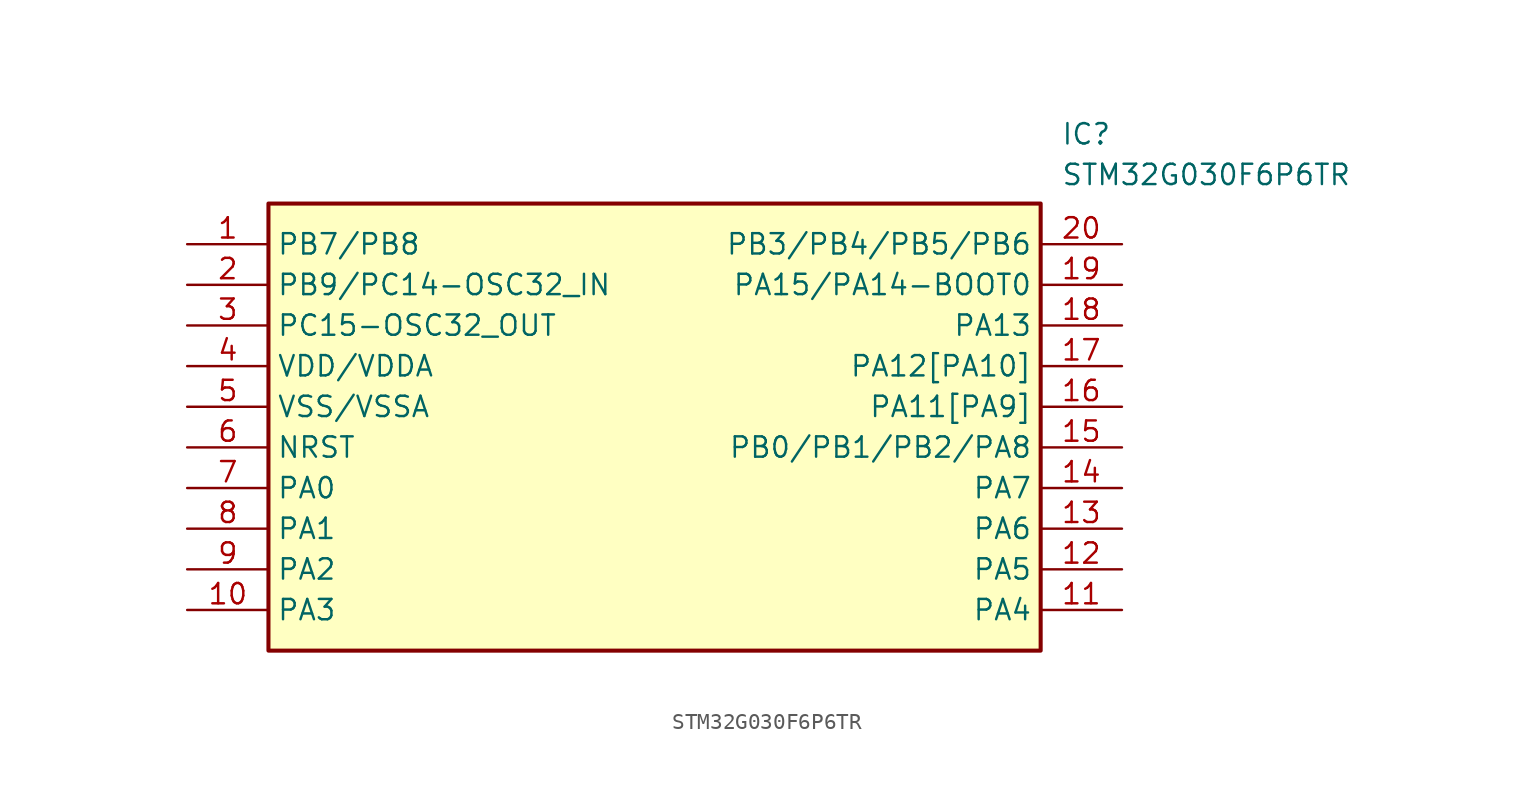
<source format=kicad_sym>
(kicad_symbol_lib
  (version 20211014)
  (generator SamacSys_ECAD_Model)
  (symbol "STM32G030F6P6TR"
    (property "Reference" "IC"
      (at 54.61 7.62 0)
      (effects (font (size 1.27 1.27)) (justify left top)))
    (property "Value" "STM32G030F6P6TR"
      (at 54.61 5.08 0)
      (effects (font (size 1.27 1.27)) (justify left top)))
    (rectangle
      (start 5.08 2.54)
      (end 53.34 -25.4)
      (stroke (width 0.254) (type default))
      (fill (type background)))
    (pin passive line
      (at 0 0 0)
      (length 5.08)
      (name "PB7/PB8" (effects (font (size 1.27 1.27))))
      (number "1" (effects (font (size 1.27 1.27)))))
    (pin passive line
      (at 0 -2.54 0)
      (length 5.08)
      (name "PB9/PC14-OSC32_IN" (effects (font (size 1.27 1.27))))
      (number "2" (effects (font (size 1.27 1.27)))))
    (pin passive line
      (at 0 -5.08 0)
      (length 5.08)
      (name "PC15-OSC32_OUT" (effects (font (size 1.27 1.27))))
      (number "3" (effects (font (size 1.27 1.27)))))
    (pin passive line
      (at 0 -7.62 0)
      (length 5.08)
      (name "VDD/VDDA" (effects (font (size 1.27 1.27))))
      (number "4" (effects (font (size 1.27 1.27)))))
    (pin passive line
      (at 0 -10.16 0)
      (length 5.08)
      (name "VSS/VSSA" (effects (font (size 1.27 1.27))))
      (number "5" (effects (font (size 1.27 1.27)))))
    (pin passive line
      (at 0 -12.7 0)
      (length 5.08)
      (name "NRST" (effects (font (size 1.27 1.27))))
      (number "6" (effects (font (size 1.27 1.27)))))
    (pin passive line
      (at 0 -15.24 0)
      (length 5.08)
      (name "PA0" (effects (font (size 1.27 1.27))))
      (number "7" (effects (font (size 1.27 1.27)))))
    (pin passive line
      (at 0 -17.78 0)
      (length 5.08)
      (name "PA1" (effects (font (size 1.27 1.27))))
      (number "8" (effects (font (size 1.27 1.27)))))
    (pin passive line
      (at 0 -20.32 0)
      (length 5.08)
      (name "PA2" (effects (font (size 1.27 1.27))))
      (number "9" (effects (font (size 1.27 1.27)))))
    (pin passive line
      (at 0 -22.86 0)
      (length 5.08)
      (name "PA3" (effects (font (size 1.27 1.27))))
      (number "10" (effects (font (size 1.27 1.27)))))
    (pin passive line
      (at 58.42 -22.86 180)
      (length 5.08)
      (name "PA4" (effects (font (size 1.27 1.27))))
      (number "11" (effects (font (size 1.27 1.27)))))
    (pin passive line
      (at 58.42 -20.32 180)
      (length 5.08)
      (name "PA5" (effects (font (size 1.27 1.27))))
      (number "12" (effects (font (size 1.27 1.27)))))
    (pin passive line
      (at 58.42 -17.78 180)
      (length 5.08)
      (name "PA6" (effects (font (size 1.27 1.27))))
      (number "13" (effects (font (size 1.27 1.27)))))
    (pin passive line
      (at 58.42 -15.24 180)
      (length 5.08)
      (name "PA7" (effects (font (size 1.27 1.27))))
      (number "14" (effects (font (size 1.27 1.27)))))
    (pin passive line
      (at 58.42 -12.7 180)
      (length 5.08)
      (name "PB0/PB1/PB2/PA8" (effects (font (size 1.27 1.27))))
      (number "15" (effects (font (size 1.27 1.27)))))
    (pin passive line
      (at 58.42 -10.16 180)
      (length 5.08)
      (name "PA11[PA9]" (effects (font (size 1.27 1.27))))
      (number "16" (effects (font (size 1.27 1.27)))))
    (pin passive line
      (at 58.42 -7.62 180)
      (length 5.08)
      (name "PA12[PA10]" (effects (font (size 1.27 1.27))))
      (number "17" (effects (font (size 1.27 1.27)))))
    (pin passive line
      (at 58.42 -5.08 180)
      (length 5.08)
      (name "PA13" (effects (font (size 1.27 1.27))))
      (number "18" (effects (font (size 1.27 1.27)))))
    (pin passive line
      (at 58.42 -2.54 180)
      (length 5.08)
      (name "PA15/PA14-BOOT0" (effects (font (size 1.27 1.27))))
      (number "19" (effects (font (size 1.27 1.27)))))
    (pin passive line
      (at 58.42 0 180)
      (length 5.08)
      (name "PB3/PB4/PB5/PB6" (effects (font (size 1.27 1.27))))
      (number "20" (effects (font (size 1.27 1.27)))))))
</source>
